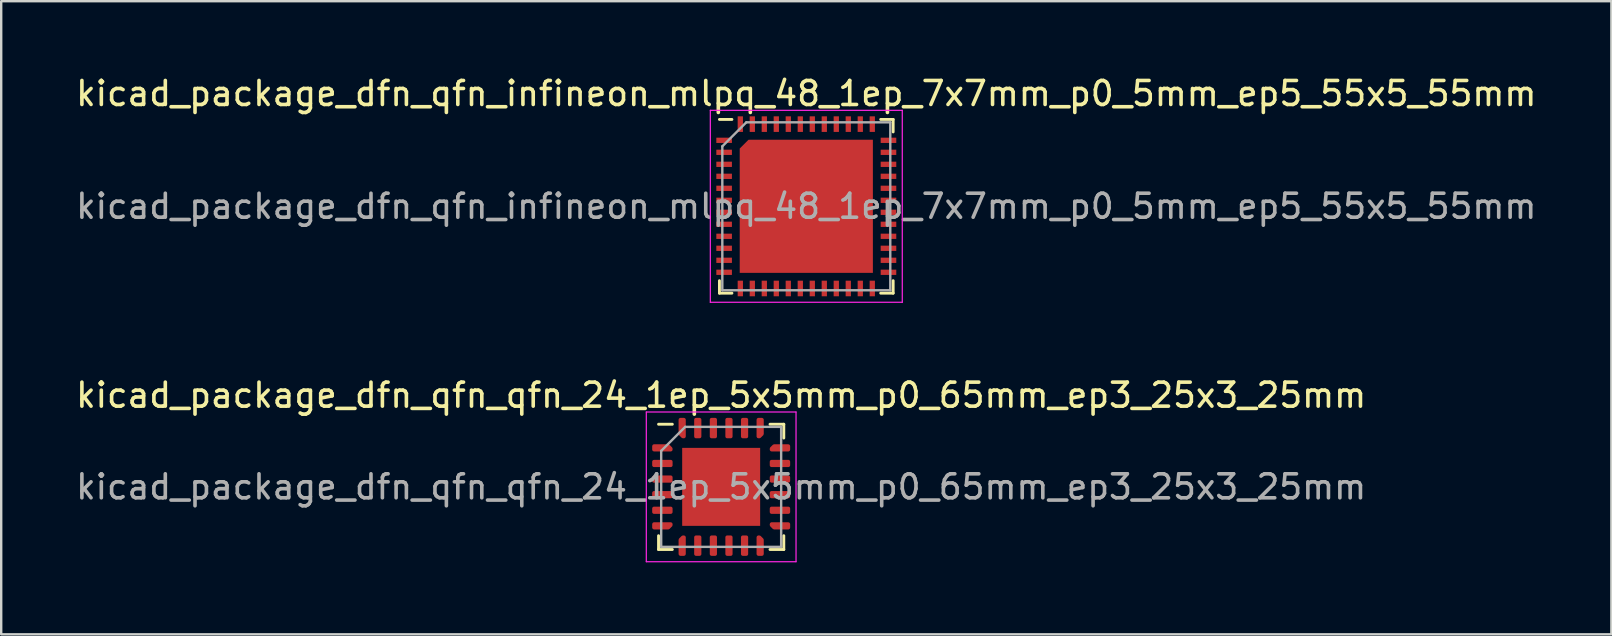
<source format=kicad_pcb>
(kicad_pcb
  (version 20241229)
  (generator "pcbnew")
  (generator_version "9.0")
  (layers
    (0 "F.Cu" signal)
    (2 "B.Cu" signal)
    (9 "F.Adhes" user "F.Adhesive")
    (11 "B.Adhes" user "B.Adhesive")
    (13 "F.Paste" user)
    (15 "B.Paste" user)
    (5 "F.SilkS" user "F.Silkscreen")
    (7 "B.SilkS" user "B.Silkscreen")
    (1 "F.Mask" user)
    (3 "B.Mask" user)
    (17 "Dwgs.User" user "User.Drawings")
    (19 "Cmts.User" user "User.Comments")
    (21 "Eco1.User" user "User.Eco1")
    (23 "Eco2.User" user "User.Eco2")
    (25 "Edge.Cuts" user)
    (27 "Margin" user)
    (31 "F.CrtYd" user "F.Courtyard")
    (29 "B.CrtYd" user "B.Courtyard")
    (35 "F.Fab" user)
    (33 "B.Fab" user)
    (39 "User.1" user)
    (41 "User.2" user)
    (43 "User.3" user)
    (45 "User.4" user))
  (footprint "kicad_package_dfn_qfn_qfn_24_1ep_5x5mm_p0_65mm_ep3_25x3_25mm"
    (layer "F.Cu")
    (at 27.006 17.241)
    (property "Reference" "kicad_package_dfn_qfn_qfn_24_1ep_5x5mm_p0_65mm_ep3_25x3_25mm" (at 0 -3.82 0) (layer "F.SilkS") (effects (font (size 1 1) (thickness 0.15))))
    (attr smd)
    (fp_line (start -2.61 2.61) (end -2.61 2.035) (stroke (width 0.12) (type solid)) (layer "F.SilkS"))
    (fp_line (start -2.035 -2.61) (end -2.61 -2.61) (stroke (width 0.12) (type solid)) (layer "F.SilkS"))
    (fp_line (start -2.035 2.61) (end -2.61 2.61) (stroke (width 0.12) (type solid)) (layer "F.SilkS"))
    (fp_line (start 2.035 -2.61) (end 2.61 -2.61) (stroke (width 0.12) (type solid)) (layer "F.SilkS"))
    (fp_line (start 2.035 2.61) (end 2.61 2.61) (stroke (width 0.12) (type solid)) (layer "F.SilkS"))
    (fp_line (start 2.61 -2.61) (end 2.61 -2.035) (stroke (width 0.12) (type solid)) (layer "F.SilkS"))
    (fp_line (start 2.61 2.61) (end 2.61 2.035) (stroke (width 0.12) (type solid)) (layer "F.SilkS"))
    (fp_line (start -3.12 -3.12) (end -3.12 3.12) (stroke (width 0.05) (type solid)) (layer "F.CrtYd"))
    (fp_line (start -3.12 3.12) (end 3.12 3.12) (stroke (width 0.05) (type solid)) (layer "F.CrtYd"))
    (fp_line (start 3.12 -3.12) (end -3.12 -3.12) (stroke (width 0.05) (type solid)) (layer "F.CrtYd"))
    (fp_line (start 3.12 3.12) (end 3.12 -3.12) (stroke (width 0.05) (type solid)) (layer "F.CrtYd"))
    (fp_line (start -2.5 -1.5) (end -1.5 -2.5) (stroke (width 0.1) (type solid)) (layer "F.Fab"))
    (fp_line (start -2.5 2.5) (end -2.5 -1.5) (stroke (width 0.1) (type solid)) (layer "F.Fab"))
    (fp_line (start -1.5 -2.5) (end 2.5 -2.5) (stroke (width 0.1) (type solid)) (layer "F.Fab"))
    (fp_line (start 2.5 -2.5) (end 2.5 2.5) (stroke (width 0.1) (type solid)) (layer "F.Fab"))
    (fp_line (start 2.5 2.5) (end -2.5 2.5) (stroke (width 0.1) (type solid)) (layer "F.Fab"))
    (fp_text user "${REFERENCE}" (at 0 0 0) (layer "F.Fab") (effects (font (size 1 1) (thickness 0.15))))
    (pad "" smd roundrect (at -0.81 -0.81) (size 1.31 1.31) (layers "F.Paste") (roundrect_rratio 0.191))
    (pad "" smd roundrect (at -0.81 0.81) (size 1.31 1.31) (layers "F.Paste") (roundrect_rratio 0.191))
    (pad "" smd roundrect (at 0.81 -0.81) (size 1.31 1.31) (layers "F.Paste") (roundrect_rratio 0.191))
    (pad "" smd roundrect (at 0.81 0.81) (size 1.31 1.31) (layers "F.Paste") (roundrect_rratio 0.191))
    (pad "1" smd custom (at -2.45 -1.625) (size 0.194 0.194) (layers "F.Cu" "F.Mask" "F.Paste") (options (anchor circle)) (primitives (gr_poly (pts (xy -0.35 -0.075) (xy 0.244 -0.075) (xy 0.35 0.031) (xy 0.35 0.075) (xy -0.35 0.075)) (width 0.15) (fill yes))))
    (pad "2" smd roundrect (at -2.45 -0.975) (size 0.85 0.3) (layers "F.Cu" "F.Mask" "F.Paste") (roundrect_rratio 0.25))
    (pad "3" smd roundrect (at -2.45 -0.325) (size 0.85 0.3) (layers "F.Cu" "F.Mask" "F.Paste") (roundrect_rratio 0.25))
    (pad "4" smd roundrect (at -2.45 0.325) (size 0.85 0.3) (layers "F.Cu" "F.Mask" "F.Paste") (roundrect_rratio 0.25))
    (pad "5" smd roundrect (at -2.45 0.975) (size 0.85 0.3) (layers "F.Cu" "F.Mask" "F.Paste") (roundrect_rratio 0.25))
    (pad "6" smd custom (at -2.45 1.625) (size 0.194 0.194) (layers "F.Cu" "F.Mask" "F.Paste") (options (anchor circle)) (primitives (gr_poly (pts (xy -0.35 -0.075) (xy 0.35 -0.075) (xy 0.35 -0.031) (xy 0.244 0.075) (xy -0.35 0.075)) (width 0.15) (fill yes))))
    (pad "7" smd custom (at -1.625 2.45) (size 0.194 0.194) (layers "F.Cu" "F.Mask" "F.Paste") (options (anchor circle)) (primitives (gr_poly (pts (xy -0.075 -0.244) (xy 0.031 -0.35) (xy 0.075 -0.35) (xy 0.075 0.35) (xy -0.075 0.35)) (width 0.15) (fill yes))))
    (pad "8" smd roundrect (at -0.975 2.45) (size 0.3 0.85) (layers "F.Cu" "F.Mask" "F.Paste") (roundrect_rratio 0.25))
    (pad "9" smd roundrect (at -0.325 2.45) (size 0.3 0.85) (layers "F.Cu" "F.Mask" "F.Paste") (roundrect_rratio 0.25))
    (pad "10" smd roundrect (at 0.325 2.45) (size 0.3 0.85) (layers "F.Cu" "F.Mask" "F.Paste") (roundrect_rratio 0.25))
    (pad "11" smd roundrect (at 0.975 2.45) (size 0.3 0.85) (layers "F.Cu" "F.Mask" "F.Paste") (roundrect_rratio 0.25))
    (pad "12" smd custom (at 1.625 2.45) (size 0.194 0.194) (layers "F.Cu" "F.Mask" "F.Paste") (options (anchor circle)) (primitives (gr_poly (pts (xy -0.075 -0.35) (xy -0.031 -0.35) (xy 0.075 -0.244) (xy 0.075 0.35) (xy -0.075 0.35)) (width 0.15) (fill yes))))
    (pad "13" smd custom (at 2.45 1.625) (size 0.194 0.194) (layers "F.Cu" "F.Mask" "F.Paste") (options (anchor circle)) (primitives (gr_poly (pts (xy -0.35 -0.075) (xy 0.35 -0.075) (xy 0.35 0.075) (xy -0.244 0.075) (xy -0.35 -0.031)) (width 0.15) (fill yes))))
    (pad "14" smd roundrect (at 2.45 0.975) (size 0.85 0.3) (layers "F.Cu" "F.Mask" "F.Paste") (roundrect_rratio 0.25))
    (pad "15" smd roundrect (at 2.45 0.325) (size 0.85 0.3) (layers "F.Cu" "F.Mask" "F.Paste") (roundrect_rratio 0.25))
    (pad "16" smd roundrect (at 2.45 -0.325) (size 0.85 0.3) (layers "F.Cu" "F.Mask" "F.Paste") (roundrect_rratio 0.25))
    (pad "17" smd roundrect (at 2.45 -0.975) (size 0.85 0.3) (layers "F.Cu" "F.Mask" "F.Paste") (roundrect_rratio 0.25))
    (pad "18" smd custom (at 2.45 -1.625) (size 0.194 0.194) (layers "F.Cu" "F.Mask" "F.Paste") (options (anchor circle)) (primitives (gr_poly (pts (xy -0.35 0.031) (xy -0.244 -0.075) (xy 0.35 -0.075) (xy 0.35 0.075) (xy -0.35 0.075)) (width 0.15) (fill yes))))
    (pad "19" smd custom (at 1.625 -2.45) (size 0.194 0.194) (layers "F.Cu" "F.Mask" "F.Paste") (options (anchor circle)) (primitives (gr_poly (pts (xy -0.075 -0.35) (xy 0.075 -0.35) (xy 0.075 0.244) (xy -0.031 0.35) (xy -0.075 0.35)) (width 0.15) (fill yes))))
    (pad "20" smd roundrect (at 0.975 -2.45) (size 0.3 0.85) (layers "F.Cu" "F.Mask" "F.Paste") (roundrect_rratio 0.25))
    (pad "21" smd roundrect (at 0.325 -2.45) (size 0.3 0.85) (layers "F.Cu" "F.Mask" "F.Paste") (roundrect_rratio 0.25))
    (pad "22" smd roundrect (at -0.325 -2.45) (size 0.3 0.85) (layers "F.Cu" "F.Mask" "F.Paste") (roundrect_rratio 0.25))
    (pad "23" smd roundrect (at -0.975 -2.45) (size 0.3 0.85) (layers "F.Cu" "F.Mask" "F.Paste") (roundrect_rratio 0.25))
    (pad "24" smd custom (at -1.625 -2.45) (size 0.194 0.194) (layers "F.Cu" "F.Mask" "F.Paste") (options (anchor circle)) (primitives (gr_poly (pts (xy -0.075 -0.35) (xy 0.075 -0.35) (xy 0.075 0.35) (xy 0.031 0.35) (xy -0.075 0.244)) (width 0.15) (fill yes))))
    (pad "25" smd rect (at 0 0) (size 3.25 3.25) (layers "F.Cu" "F.Mask")))
  (footprint "kicad_package_dfn_qfn_infineon_mlpq_48_1ep_7x7mm_p0_5mm_ep5_55x5_55mm"
    (layer "F.Cu")
    (at 30.554 5.548)
    (property "Reference" "kicad_package_dfn_qfn_infineon_mlpq_48_1ep_7x7mm_p0_5mm_ep5_55x5_55mm" (at 0 -4.7 0) (layer "F.SilkS") (effects (font (size 1 1) (thickness 0.15))))
    (attr smd)
    (fp_line (start -3.62 -3.62) (end -3.1 -3.62) (stroke (width 0.12) (type solid)) (layer "F.SilkS"))
    (fp_line (start -3.62 3.62) (end -3.62 3.1) (stroke (width 0.12) (type solid)) (layer "F.SilkS"))
    (fp_line (start -3.1 3.62) (end -3.62 3.62) (stroke (width 0.12) (type solid)) (layer "F.SilkS"))
    (fp_line (start 3.1 -3.62) (end 3.62 -3.62) (stroke (width 0.12) (type solid)) (layer "F.SilkS"))
    (fp_line (start 3.1 3.62) (end 3.62 3.62) (stroke (width 0.12) (type solid)) (layer "F.SilkS"))
    (fp_line (start 3.62 -3.1) (end 3.62 -3.62) (stroke (width 0.12) (type solid)) (layer "F.SilkS"))
    (fp_line (start 3.62 3.62) (end 3.62 3.1) (stroke (width 0.12) (type solid)) (layer "F.SilkS"))
    (fp_line (start -4 -4) (end -4 4) (stroke (width 0.05) (type solid)) (layer "F.CrtYd"))
    (fp_line (start -4 4) (end 4 4) (stroke (width 0.05) (type solid)) (layer "F.CrtYd"))
    (fp_line (start 4 -4) (end -4 -4) (stroke (width 0.05) (type solid)) (layer "F.CrtYd"))
    (fp_line (start 4 4) (end 4 -4) (stroke (width 0.05) (type solid)) (layer "F.CrtYd"))
    (fp_line (start -3.5 3.5) (end -3.5 -2.5) (stroke (width 0.1) (type solid)) (layer "F.Fab"))
    (fp_line (start -2.5 -3.5) (end -3.5 -2.5) (stroke (width 0.1) (type solid)) (layer "F.Fab"))
    (fp_line (start 3.5 -3.5) (end -2.5 -3.5) (stroke (width 0.1) (type solid)) (layer "F.Fab"))
    (fp_line (start 3.5 -3.5) (end 3.5 3.5) (stroke (width 0.1) (type solid)) (layer "F.Fab"))
    (fp_line (start 3.5 3.5) (end -3.5 3.5) (stroke (width 0.1) (type solid)) (layer "F.Fab"))
    (fp_text user "${REFERENCE}" (at 0 0 0) (layer "F.Fab") (effects (font (size 1 1) (thickness 0.15))))
    (pad "" smd rect (at -3.425 -2.75) (size 0.55 0.22) (layers "F.Paste"))
    (pad "" smd rect (at -3.425 -2.25) (size 0.55 0.22) (layers "F.Paste"))
    (pad "" smd rect (at -3.425 -1.75) (size 0.55 0.22) (layers "F.Paste"))
    (pad "" smd rect (at -3.425 -1.25) (size 0.55 0.22) (layers "F.Paste"))
    (pad "" smd rect (at -3.425 -0.75) (size 0.55 0.22) (layers "F.Paste"))
    (pad "" smd rect (at -3.425 -0.25) (size 0.55 0.22) (layers "F.Paste"))
    (pad "" smd rect (at -3.425 0.25) (size 0.55 0.22) (layers "F.Paste"))
    (pad "" smd rect (at -3.425 0.75) (size 0.55 0.22) (layers "F.Paste"))
    (pad "" smd rect (at -3.425 1.25) (size 0.55 0.22) (layers "F.Paste"))
    (pad "" smd rect (at -3.425 1.75) (size 0.55 0.22) (layers "F.Paste"))
    (pad "" smd rect (at -3.425 2.25) (size 0.55 0.22) (layers "F.Paste"))
    (pad "" smd rect (at -3.425 2.75) (size 0.55 0.22) (layers "F.Paste"))
    (pad "" smd rect (at -2.75 -3.425) (size 0.22 0.55) (layers "F.Paste"))
    (pad "" smd rect (at -2.75 3.425) (size 0.22 0.55) (layers "F.Paste"))
    (pad "" smd rect (at -2.25 -3.425) (size 0.22 0.55) (layers "F.Paste"))
    (pad "" smd rect (at -2.25 3.425) (size 0.22 0.55) (layers "F.Paste"))
    (pad "" smd custom (at -2.175 -2.175) (size 0.5 0.5) (layers "F.Paste") (options (anchor rect)) (primitives (gr_poly (pts (xy 0.55 0.55) (xy -0.55 0.55) (xy -0.55 -0.211) (xy -0.211 -0.55) (xy 0.55 -0.55)) (width 0) (fill yes))))
    (pad "" smd rect (at -2.175 -0.725) (size 1.1 1.1) (layers "F.Paste"))
    (pad "" smd rect (at -2.175 0.725) (size 1.1 1.1) (layers "F.Paste"))
    (pad "" smd rect (at -2.175 2.175) (size 1.1 1.1) (layers "F.Paste"))
    (pad "" smd rect (at -1.75 -3.425) (size 0.22 0.55) (layers "F.Paste"))
    (pad "" smd rect (at -1.75 3.425) (size 0.22 0.55) (layers "F.Paste"))
    (pad "" smd rect (at -1.25 -3.425) (size 0.22 0.55) (layers "F.Paste"))
    (pad "" smd rect (at -1.25 3.425) (size 0.22 0.55) (layers "F.Paste"))
    (pad "" smd rect (at -0.75 -3.425) (size 0.22 0.55) (layers "F.Paste"))
    (pad "" smd rect (at -0.75 3.425) (size 0.22 0.55) (layers "F.Paste"))
    (pad "" smd rect (at -0.725 -2.175) (size 1.1 1.1) (layers "F.Paste"))
    (pad "" smd rect (at -0.725 -0.725) (size 1.1 1.1) (layers "F.Paste"))
    (pad "" smd rect (at -0.725 0.725) (size 1.1 1.1) (layers "F.Paste"))
    (pad "" smd rect (at -0.725 2.175) (size 1.1 1.1) (layers "F.Paste"))
    (pad "" smd rect (at -0.25 -3.425) (size 0.22 0.55) (layers "F.Paste"))
    (pad "" smd rect (at -0.25 3.425) (size 0.22 0.55) (layers "F.Paste"))
    (pad "" smd rect (at 0.25 -3.425) (size 0.22 0.55) (layers "F.Paste"))
    (pad "" smd rect (at 0.25 3.425) (size 0.22 0.55) (layers "F.Paste"))
    (pad "" smd rect (at 0.725 -2.175) (size 1.1 1.1) (layers "F.Paste"))
    (pad "" smd rect (at 0.725 -0.725) (size 1.1 1.1) (layers "F.Paste"))
    (pad "" smd rect (at 0.725 0.725) (size 1.1 1.1) (layers "F.Paste"))
    (pad "" smd rect (at 0.725 2.175) (size 1.1 1.1) (layers "F.Paste"))
    (pad "" smd rect (at 0.75 -3.425) (size 0.22 0.55) (layers "F.Paste"))
    (pad "" smd rect (at 0.75 3.425) (size 0.22 0.55) (layers "F.Paste"))
    (pad "" smd rect (at 1.25 -3.425) (size 0.22 0.55) (layers "F.Paste"))
    (pad "" smd rect (at 1.25 3.425) (size 0.22 0.55) (layers "F.Paste"))
    (pad "" smd rect (at 1.75 -3.425) (size 0.22 0.55) (layers "F.Paste"))
    (pad "" smd rect (at 1.75 3.425) (size 0.22 0.55) (layers "F.Paste"))
    (pad "" smd rect (at 2.175 -2.175) (size 1.1 1.1) (layers "F.Paste"))
    (pad "" smd rect (at 2.175 -0.725) (size 1.1 1.1) (layers "F.Paste"))
    (pad "" smd rect (at 2.175 0.725) (size 1.1 1.1) (layers "F.Paste"))
    (pad "" smd rect (at 2.175 2.175) (size 1.1 1.1) (layers "F.Paste"))
    (pad "" smd rect (at 2.25 -3.425) (size 0.22 0.55) (layers "F.Paste"))
    (pad "" smd rect (at 2.25 3.425) (size 0.22 0.55) (layers "F.Paste"))
    (pad "" smd rect (at 2.75 -3.425) (size 0.22 0.55) (layers "F.Paste"))
    (pad "" smd rect (at 2.75 3.425) (size 0.22 0.55) (layers "F.Paste"))
    (pad "" smd rect (at 3.425 -2.75) (size 0.55 0.22) (layers "F.Paste"))
    (pad "" smd rect (at 3.425 -2.25) (size 0.55 0.22) (layers "F.Paste"))
    (pad "" smd rect (at 3.425 -1.75) (size 0.55 0.22) (layers "F.Paste"))
    (pad "" smd rect (at 3.425 -1.25) (size 0.55 0.22) (layers "F.Paste"))
    (pad "" smd rect (at 3.425 -0.75) (size 0.55 0.22) (layers "F.Paste"))
    (pad "" smd rect (at 3.425 -0.25) (size 0.55 0.22) (layers "F.Paste"))
    (pad "" smd rect (at 3.425 0.25) (size 0.55 0.22) (layers "F.Paste"))
    (pad "" smd rect (at 3.425 0.75) (size 0.55 0.22) (layers "F.Paste"))
    (pad "" smd rect (at 3.425 1.25) (size 0.55 0.22) (layers "F.Paste"))
    (pad "" smd rect (at 3.425 1.75) (size 0.55 0.22) (layers "F.Paste"))
    (pad "" smd rect (at 3.425 2.25) (size 0.55 0.22) (layers "F.Paste"))
    (pad "" smd rect (at 3.425 2.75) (size 0.55 0.22) (layers "F.Paste"))
    (pad "1" smd rect (at -3.425 -2.75) (size 0.65 0.22) (layers "F.Cu" "F.Mask"))
    (pad "2" smd rect (at -3.425 -2.25) (size 0.65 0.22) (layers "F.Cu" "F.Mask"))
    (pad "3" smd rect (at -3.425 -1.75) (size 0.65 0.22) (layers "F.Cu" "F.Mask"))
    (pad "4" smd rect (at -3.425 -1.25) (size 0.65 0.22) (layers "F.Cu" "F.Mask"))
    (pad "5" smd rect (at -3.425 -0.75) (size 0.65 0.22) (layers "F.Cu" "F.Mask"))
    (pad "6" smd rect (at -3.425 -0.25) (size 0.65 0.22) (layers "F.Cu" "F.Mask"))
    (pad "7" smd rect (at -3.425 0.25) (size 0.65 0.22) (layers "F.Cu" "F.Mask"))
    (pad "8" smd rect (at -3.425 0.75) (size 0.65 0.22) (layers "F.Cu" "F.Mask"))
    (pad "9" smd rect (at -3.425 1.25) (size 0.65 0.22) (layers "F.Cu" "F.Mask"))
    (pad "10" smd rect (at -3.425 1.75) (size 0.65 0.22) (layers "F.Cu" "F.Mask"))
    (pad "11" smd rect (at -3.425 2.25) (size 0.65 0.22) (layers "F.Cu" "F.Mask"))
    (pad "12" smd rect (at -3.425 2.75) (size 0.65 0.22) (layers "F.Cu" "F.Mask"))
    (pad "13" smd rect (at -2.75 3.425) (size 0.22 0.65) (layers "F.Cu" "F.Mask"))
    (pad "14" smd rect (at -2.25 3.425) (size 0.22 0.65) (layers "F.Cu" "F.Mask"))
    (pad "15" smd rect (at -1.75 3.425) (size 0.22 0.65) (layers "F.Cu" "F.Mask"))
    (pad "16" smd rect (at -1.25 3.425) (size 0.22 0.65) (layers "F.Cu" "F.Mask"))
    (pad "17" smd rect (at -0.75 3.425) (size 0.22 0.65) (layers "F.Cu" "F.Mask"))
    (pad "18" smd rect (at -0.25 3.425) (size 0.22 0.65) (layers "F.Cu" "F.Mask"))
    (pad "19" smd rect (at 0.25 3.425) (size 0.22 0.65) (layers "F.Cu" "F.Mask"))
    (pad "20" smd rect (at 0.75 3.425) (size 0.22 0.65) (layers "F.Cu" "F.Mask"))
    (pad "21" smd rect (at 1.25 3.425) (size 0.22 0.65) (layers "F.Cu" "F.Mask"))
    (pad "22" smd rect (at 1.75 3.425) (size 0.22 0.65) (layers "F.Cu" "F.Mask"))
    (pad "23" smd rect (at 2.25 3.425) (size 0.22 0.65) (layers "F.Cu" "F.Mask"))
    (pad "24" smd rect (at 2.75 3.425) (size 0.22 0.65) (layers "F.Cu" "F.Mask"))
    (pad "25" smd rect (at 3.425 2.75) (size 0.65 0.22) (layers "F.Cu" "F.Mask"))
    (pad "26" smd rect (at 3.425 2.25) (size 0.65 0.22) (layers "F.Cu" "F.Mask"))
    (pad "27" smd rect (at 3.425 1.75) (size 0.65 0.22) (layers "F.Cu" "F.Mask"))
    (pad "28" smd rect (at 3.425 1.25) (size 0.65 0.22) (layers "F.Cu" "F.Mask"))
    (pad "29" smd rect (at 3.425 0.75) (size 0.65 0.22) (layers "F.Cu" "F.Mask"))
    (pad "30" smd rect (at 3.425 0.25) (size 0.65 0.22) (layers "F.Cu" "F.Mask"))
    (pad "31" smd rect (at 3.425 -0.25) (size 0.65 0.22) (layers "F.Cu" "F.Mask"))
    (pad "32" smd rect (at 3.425 -0.75) (size 0.65 0.22) (layers "F.Cu" "F.Mask"))
    (pad "33" smd rect (at 3.425 -1.25) (size 0.65 0.22) (layers "F.Cu" "F.Mask"))
    (pad "34" smd rect (at 3.425 -1.75) (size 0.65 0.22) (layers "F.Cu" "F.Mask"))
    (pad "35" smd rect (at 3.425 -2.25) (size 0.65 0.22) (layers "F.Cu" "F.Mask"))
    (pad "36" smd rect (at 3.425 -2.75) (size 0.65 0.22) (layers "F.Cu" "F.Mask"))
    (pad "37" smd rect (at 2.75 -3.425) (size 0.22 0.65) (layers "F.Cu" "F.Mask"))
    (pad "38" smd rect (at 2.25 -3.425) (size 0.22 0.65) (layers "F.Cu" "F.Mask"))
    (pad "39" smd rect (at 1.75 -3.425) (size 0.22 0.65) (layers "F.Cu" "F.Mask"))
    (pad "40" smd rect (at 1.25 -3.425) (size 0.22 0.65) (layers "F.Cu" "F.Mask"))
    (pad "41" smd rect (at 0.75 -3.425) (size 0.22 0.65) (layers "F.Cu" "F.Mask"))
    (pad "42" smd rect (at 0.25 -3.425) (size 0.22 0.65) (layers "F.Cu" "F.Mask"))
    (pad "43" smd rect (at -0.25 -3.425) (size 0.22 0.65) (layers "F.Cu" "F.Mask"))
    (pad "44" smd rect (at -0.75 -3.425) (size 0.22 0.65) (layers "F.Cu" "F.Mask"))
    (pad "45" smd rect (at -1.25 -3.425) (size 0.22 0.65) (layers "F.Cu" "F.Mask"))
    (pad "46" smd rect (at -1.75 -3.425) (size 0.22 0.65) (layers "F.Cu" "F.Mask"))
    (pad "47" smd rect (at -2.25 -3.425) (size 0.22 0.65) (layers "F.Cu" "F.Mask"))
    (pad "48" smd rect (at -2.75 -3.425) (size 0.22 0.65) (layers "F.Cu" "F.Mask"))
    (pad "49" smd custom (at 0 0) (size 5 5) (layers "F.Cu" "F.Mask") (options (anchor rect)) (primitives (gr_poly (pts (xy 2.775 2.775) (xy -2.775 2.775) (xy -2.775 -2.407) (xy -2.407 -2.775) (xy 2.775 -2.775)) (width 0) (fill yes)))))
  (gr_rect
    (start -3 -3)
    (end 64.107 23.387)
    (stroke (width 0.1) (type default))
    (fill no)
    (layer "Edge.Cuts")))
</source>
